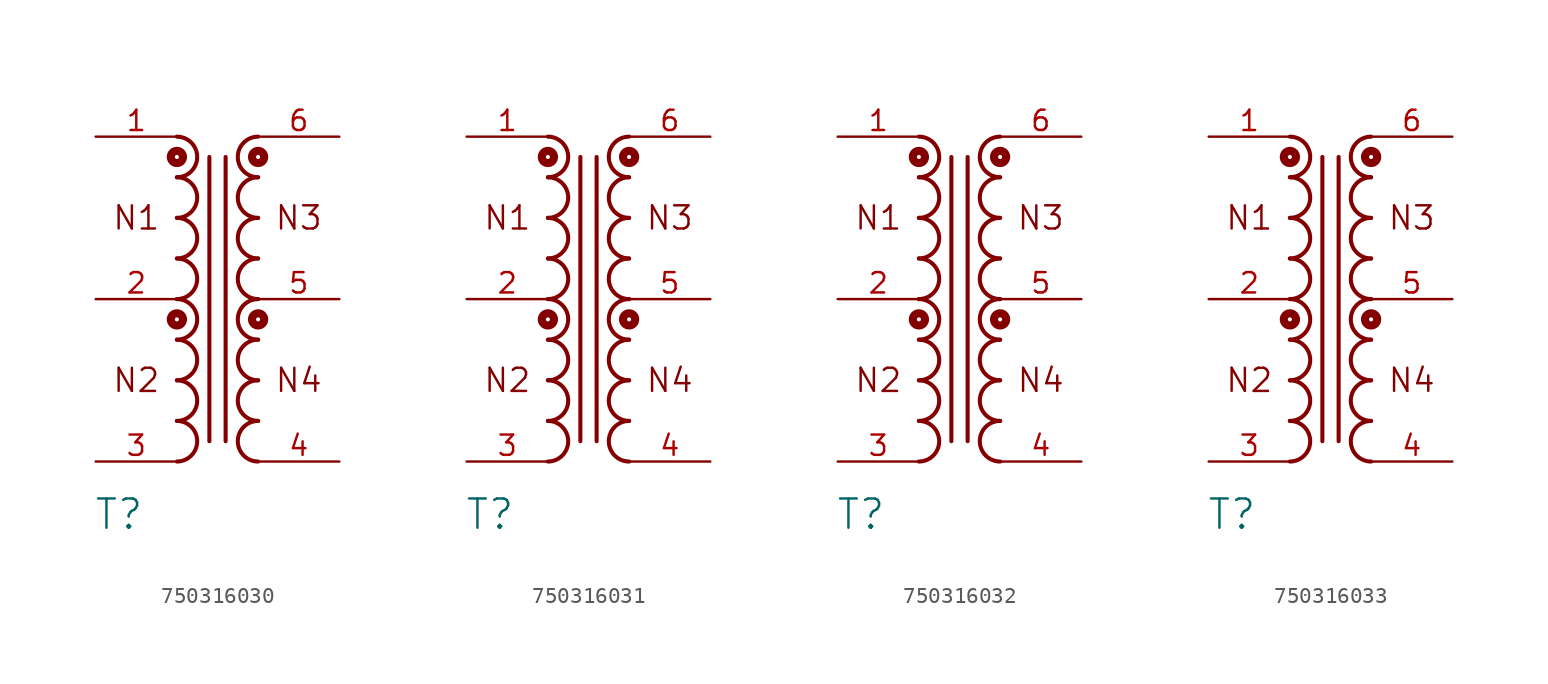
<source format=kicad_sym>
(kicad_symbol_lib
  (version 20231120)
  (generator "kicad_symbol_editor")
  (generator_version "8.0")
  (symbol "750316030"
    (property "Reference" "T"
      (at 1.457 -23.622 0)
      (effects (font (size 1.829 1.829))))
    (symbol "750316030_1_0"
      (polyline (pts (xy 7.112 -1.27) (xy 7.112 -19.05)) (stroke (width 0.254) (type solid)) (fill (type none)))
      (polyline (pts (xy 8.128 -1.27) (xy 8.128 -19.05)) (stroke (width 0.254) (type solid)) (fill (type none)))
      (arc (start 5.08 -20.32) (mid 6.35 -19.05) (end 5.08 -17.78) (stroke (width 0.254) (type solid)) (fill (type none)))
      (arc (start 5.08 -17.78) (mid 6.35 -16.51) (end 5.08 -15.24) (stroke (width 0.254) (type solid)) (fill (type none)))
      (arc (start 5.08 -15.24) (mid 6.35 -13.97) (end 5.08 -12.7) (stroke (width 0.254) (type solid)) (fill (type none)))
      (arc (start 5.08 -12.7) (mid 6.35 -11.43) (end 5.08 -10.16) (stroke (width 0.254) (type solid)) (fill (type none)))
      (circle (center 5.08 -11.43) (radius 0.127) (stroke (width 0.508) (type solid)) (fill (type none)))
      (arc (start 5.08 -10.16) (mid 6.35 -8.89) (end 5.08 -7.62) (stroke (width 0.254) (type solid)) (fill (type none)))
      (arc (start 5.08 -7.62) (mid 6.35 -6.35) (end 5.08 -5.08) (stroke (width 0.254) (type solid)) (fill (type none)))
      (arc (start 5.08 -5.08) (mid 6.35 -3.81) (end 5.08 -2.54) (stroke (width 0.254) (type solid)) (fill (type none)))
      (arc (start 5.08 -2.54) (mid 6.35 -1.27) (end 5.08 0) (stroke (width 0.254) (type solid)) (fill (type none)))
      (circle (center 5.08 -1.27) (radius 0.127) (stroke (width 0.508) (type solid)) (fill (type none)))
      (arc (start 10.16 -17.78) (mid 8.89 -19.05) (end 10.16 -20.32) (stroke (width 0.254) (type solid)) (fill (type none)))
      (arc (start 10.16 -15.24) (mid 8.89 -16.51) (end 10.16 -17.78) (stroke (width 0.254) (type solid)) (fill (type none)))
      (arc (start 10.16 -12.7) (mid 8.89 -13.97) (end 10.16 -15.24) (stroke (width 0.254) (type solid)) (fill (type none)))
      (circle (center 10.16 -11.43) (radius 0.127) (stroke (width 0.508) (type solid)) (fill (type none)))
      (arc (start 10.16 -10.16) (mid 8.89 -11.43) (end 10.16 -12.7) (stroke (width 0.254) (type solid)) (fill (type none)))
      (arc (start 10.16 -7.62) (mid 8.89 -8.89) (end 10.16 -10.16) (stroke (width 0.254) (type solid)) (fill (type none)))
      (arc (start 10.16 -5.08) (mid 8.89 -6.35) (end 10.16 -7.62) (stroke (width 0.254) (type solid)) (fill (type none)))
      (arc (start 10.16 -2.54) (mid 8.89 -3.81) (end 10.16 -5.08) (stroke (width 0.254) (type solid)) (fill (type none)))
      (circle (center 10.16 -1.27) (radius 0.127) (stroke (width 0.508) (type solid)) (fill (type none)))
      (arc (start 10.16 0) (mid 8.89 -1.27) (end 10.16 -2.54) (stroke (width 0.254) (type solid)) (fill (type none)))
      (text "N1" (at 2.54 -5.08 0) (effects (font (size 1.448 1.448))))
      (text "N2" (at 2.54 -15.24 0) (effects (font (size 1.448 1.448))))
      (text "N3" (at 12.7 -5.08 0) (effects (font (size 1.448 1.448))))
      (text "N4" (at 12.7 -15.24 0) (effects (font (size 1.448 1.448))))
      (pin passive line (at 0 0 0) (length 5.08) (name "1" (effects (font (size 0 0)))) (number "1" (effects (font (size 1.27 1.27)))))
      (pin passive line (at 0 -10.16 0) (length 5.08) (name "2" (effects (font (size 0 0)))) (number "2" (effects (font (size 1.27 1.27)))))
      (pin passive line (at 0 -20.32 0) (length 5.08) (name "3" (effects (font (size 0 0)))) (number "3" (effects (font (size 1.27 1.27)))))
      (pin passive line (at 15.24 -20.32 180) (length 5.08) (name "4" (effects (font (size 0 0)))) (number "4" (effects (font (size 1.27 1.27)))))
      (pin passive line (at 15.24 -10.16 180) (length 5.08) (name "5" (effects (font (size 0 0)))) (number "5" (effects (font (size 1.27 1.27)))))
      (pin passive line (at 15.24 0 180) (length 5.08) (name "6" (effects (font (size 0 0)))) (number "6" (effects (font (size 1.27 1.27)))))))
  (symbol "750316031"
    (property "Reference" "T"
      (at 1.457 -23.622 0)
      (effects (font (size 1.829 1.829))))
    (symbol "750316031_1_0"
      (polyline (pts (xy 7.112 -1.27) (xy 7.112 -19.05)) (stroke (width 0.254) (type solid)) (fill (type none)))
      (polyline (pts (xy 8.128 -1.27) (xy 8.128 -19.05)) (stroke (width 0.254) (type solid)) (fill (type none)))
      (arc (start 5.08 -20.32) (mid 6.35 -19.05) (end 5.08 -17.78) (stroke (width 0.254) (type solid)) (fill (type none)))
      (arc (start 5.08 -17.78) (mid 6.35 -16.51) (end 5.08 -15.24) (stroke (width 0.254) (type solid)) (fill (type none)))
      (arc (start 5.08 -15.24) (mid 6.35 -13.97) (end 5.08 -12.7) (stroke (width 0.254) (type solid)) (fill (type none)))
      (arc (start 5.08 -12.7) (mid 6.35 -11.43) (end 5.08 -10.16) (stroke (width 0.254) (type solid)) (fill (type none)))
      (circle (center 5.08 -11.43) (radius 0.127) (stroke (width 0.508) (type solid)) (fill (type none)))
      (arc (start 5.08 -10.16) (mid 6.35 -8.89) (end 5.08 -7.62) (stroke (width 0.254) (type solid)) (fill (type none)))
      (arc (start 5.08 -7.62) (mid 6.35 -6.35) (end 5.08 -5.08) (stroke (width 0.254) (type solid)) (fill (type none)))
      (arc (start 5.08 -5.08) (mid 6.35 -3.81) (end 5.08 -2.54) (stroke (width 0.254) (type solid)) (fill (type none)))
      (arc (start 5.08 -2.54) (mid 6.35 -1.27) (end 5.08 0) (stroke (width 0.254) (type solid)) (fill (type none)))
      (circle (center 5.08 -1.27) (radius 0.127) (stroke (width 0.508) (type solid)) (fill (type none)))
      (arc (start 10.16 -17.78) (mid 8.89 -19.05) (end 10.16 -20.32) (stroke (width 0.254) (type solid)) (fill (type none)))
      (arc (start 10.16 -15.24) (mid 8.89 -16.51) (end 10.16 -17.78) (stroke (width 0.254) (type solid)) (fill (type none)))
      (arc (start 10.16 -12.7) (mid 8.89 -13.97) (end 10.16 -15.24) (stroke (width 0.254) (type solid)) (fill (type none)))
      (circle (center 10.16 -11.43) (radius 0.127) (stroke (width 0.508) (type solid)) (fill (type none)))
      (arc (start 10.16 -10.16) (mid 8.89 -11.43) (end 10.16 -12.7) (stroke (width 0.254) (type solid)) (fill (type none)))
      (arc (start 10.16 -7.62) (mid 8.89 -8.89) (end 10.16 -10.16) (stroke (width 0.254) (type solid)) (fill (type none)))
      (arc (start 10.16 -5.08) (mid 8.89 -6.35) (end 10.16 -7.62) (stroke (width 0.254) (type solid)) (fill (type none)))
      (arc (start 10.16 -2.54) (mid 8.89 -3.81) (end 10.16 -5.08) (stroke (width 0.254) (type solid)) (fill (type none)))
      (circle (center 10.16 -1.27) (radius 0.127) (stroke (width 0.508) (type solid)) (fill (type none)))
      (arc (start 10.16 0) (mid 8.89 -1.27) (end 10.16 -2.54) (stroke (width 0.254) (type solid)) (fill (type none)))
      (text "N1" (at 2.54 -5.08 0) (effects (font (size 1.448 1.448))))
      (text "N2" (at 2.54 -15.24 0) (effects (font (size 1.448 1.448))))
      (text "N3" (at 12.7 -5.08 0) (effects (font (size 1.448 1.448))))
      (text "N4" (at 12.7 -15.24 0) (effects (font (size 1.448 1.448))))
      (pin passive line (at 0 0 0) (length 5.08) (name "1" (effects (font (size 0 0)))) (number "1" (effects (font (size 1.27 1.27)))))
      (pin passive line (at 0 -10.16 0) (length 5.08) (name "2" (effects (font (size 0 0)))) (number "2" (effects (font (size 1.27 1.27)))))
      (pin passive line (at 0 -20.32 0) (length 5.08) (name "3" (effects (font (size 0 0)))) (number "3" (effects (font (size 1.27 1.27)))))
      (pin passive line (at 15.24 -20.32 180) (length 5.08) (name "4" (effects (font (size 0 0)))) (number "4" (effects (font (size 1.27 1.27)))))
      (pin passive line (at 15.24 -10.16 180) (length 5.08) (name "5" (effects (font (size 0 0)))) (number "5" (effects (font (size 1.27 1.27)))))
      (pin passive line (at 15.24 0 180) (length 5.08) (name "6" (effects (font (size 0 0)))) (number "6" (effects (font (size 1.27 1.27)))))))
  (symbol "750316032"
    (property "Reference" "T"
      (at 1.457 -23.622 0)
      (effects (font (size 1.829 1.829))))
    (symbol "750316032_1_0"
      (polyline (pts (xy 7.112 -1.27) (xy 7.112 -19.05)) (stroke (width 0.254) (type solid)) (fill (type none)))
      (polyline (pts (xy 8.128 -1.27) (xy 8.128 -19.05)) (stroke (width 0.254) (type solid)) (fill (type none)))
      (arc (start 5.08 -20.32) (mid 6.35 -19.05) (end 5.08 -17.78) (stroke (width 0.254) (type solid)) (fill (type none)))
      (arc (start 5.08 -17.78) (mid 6.35 -16.51) (end 5.08 -15.24) (stroke (width 0.254) (type solid)) (fill (type none)))
      (arc (start 5.08 -15.24) (mid 6.35 -13.97) (end 5.08 -12.7) (stroke (width 0.254) (type solid)) (fill (type none)))
      (arc (start 5.08 -12.7) (mid 6.35 -11.43) (end 5.08 -10.16) (stroke (width 0.254) (type solid)) (fill (type none)))
      (circle (center 5.08 -11.43) (radius 0.127) (stroke (width 0.508) (type solid)) (fill (type none)))
      (arc (start 5.08 -10.16) (mid 6.35 -8.89) (end 5.08 -7.62) (stroke (width 0.254) (type solid)) (fill (type none)))
      (arc (start 5.08 -7.62) (mid 6.35 -6.35) (end 5.08 -5.08) (stroke (width 0.254) (type solid)) (fill (type none)))
      (arc (start 5.08 -5.08) (mid 6.35 -3.81) (end 5.08 -2.54) (stroke (width 0.254) (type solid)) (fill (type none)))
      (arc (start 5.08 -2.54) (mid 6.35 -1.27) (end 5.08 0) (stroke (width 0.254) (type solid)) (fill (type none)))
      (circle (center 5.08 -1.27) (radius 0.127) (stroke (width 0.508) (type solid)) (fill (type none)))
      (arc (start 10.16 -17.78) (mid 8.89 -19.05) (end 10.16 -20.32) (stroke (width 0.254) (type solid)) (fill (type none)))
      (arc (start 10.16 -15.24) (mid 8.89 -16.51) (end 10.16 -17.78) (stroke (width 0.254) (type solid)) (fill (type none)))
      (arc (start 10.16 -12.7) (mid 8.89 -13.97) (end 10.16 -15.24) (stroke (width 0.254) (type solid)) (fill (type none)))
      (circle (center 10.16 -11.43) (radius 0.127) (stroke (width 0.508) (type solid)) (fill (type none)))
      (arc (start 10.16 -10.16) (mid 8.89 -11.43) (end 10.16 -12.7) (stroke (width 0.254) (type solid)) (fill (type none)))
      (arc (start 10.16 -7.62) (mid 8.89 -8.89) (end 10.16 -10.16) (stroke (width 0.254) (type solid)) (fill (type none)))
      (arc (start 10.16 -5.08) (mid 8.89 -6.35) (end 10.16 -7.62) (stroke (width 0.254) (type solid)) (fill (type none)))
      (arc (start 10.16 -2.54) (mid 8.89 -3.81) (end 10.16 -5.08) (stroke (width 0.254) (type solid)) (fill (type none)))
      (circle (center 10.16 -1.27) (radius 0.127) (stroke (width 0.508) (type solid)) (fill (type none)))
      (arc (start 10.16 0) (mid 8.89 -1.27) (end 10.16 -2.54) (stroke (width 0.254) (type solid)) (fill (type none)))
      (text "N1" (at 2.54 -5.08 0) (effects (font (size 1.448 1.448))))
      (text "N2" (at 2.54 -15.24 0) (effects (font (size 1.448 1.448))))
      (text "N3" (at 12.7 -5.08 0) (effects (font (size 1.448 1.448))))
      (text "N4" (at 12.7 -15.24 0) (effects (font (size 1.448 1.448))))
      (pin passive line (at 0 0 0) (length 5.08) (name "1" (effects (font (size 0 0)))) (number "1" (effects (font (size 1.27 1.27)))))
      (pin passive line (at 0 -10.16 0) (length 5.08) (name "2" (effects (font (size 0 0)))) (number "2" (effects (font (size 1.27 1.27)))))
      (pin passive line (at 0 -20.32 0) (length 5.08) (name "3" (effects (font (size 0 0)))) (number "3" (effects (font (size 1.27 1.27)))))
      (pin passive line (at 15.24 -20.32 180) (length 5.08) (name "4" (effects (font (size 0 0)))) (number "4" (effects (font (size 1.27 1.27)))))
      (pin passive line (at 15.24 -10.16 180) (length 5.08) (name "5" (effects (font (size 0 0)))) (number "5" (effects (font (size 1.27 1.27)))))
      (pin passive line (at 15.24 0 180) (length 5.08) (name "6" (effects (font (size 0 0)))) (number "6" (effects (font (size 1.27 1.27)))))))
  (symbol "750316033"
    (property "Reference" "T"
      (at 1.457 -23.622 0)
      (effects (font (size 1.829 1.829))))
    (symbol "750316033_1_0"
      (polyline (pts (xy 7.112 -1.27) (xy 7.112 -19.05)) (stroke (width 0.254) (type solid)) (fill (type none)))
      (polyline (pts (xy 8.128 -1.27) (xy 8.128 -19.05)) (stroke (width 0.254) (type solid)) (fill (type none)))
      (arc (start 5.08 -20.32) (mid 6.35 -19.05) (end 5.08 -17.78) (stroke (width 0.254) (type solid)) (fill (type none)))
      (arc (start 5.08 -17.78) (mid 6.35 -16.51) (end 5.08 -15.24) (stroke (width 0.254) (type solid)) (fill (type none)))
      (arc (start 5.08 -15.24) (mid 6.35 -13.97) (end 5.08 -12.7) (stroke (width 0.254) (type solid)) (fill (type none)))
      (arc (start 5.08 -12.7) (mid 6.35 -11.43) (end 5.08 -10.16) (stroke (width 0.254) (type solid)) (fill (type none)))
      (circle (center 5.08 -11.43) (radius 0.127) (stroke (width 0.508) (type solid)) (fill (type none)))
      (arc (start 5.08 -10.16) (mid 6.35 -8.89) (end 5.08 -7.62) (stroke (width 0.254) (type solid)) (fill (type none)))
      (arc (start 5.08 -7.62) (mid 6.35 -6.35) (end 5.08 -5.08) (stroke (width 0.254) (type solid)) (fill (type none)))
      (arc (start 5.08 -5.08) (mid 6.35 -3.81) (end 5.08 -2.54) (stroke (width 0.254) (type solid)) (fill (type none)))
      (arc (start 5.08 -2.54) (mid 6.35 -1.27) (end 5.08 0) (stroke (width 0.254) (type solid)) (fill (type none)))
      (circle (center 5.08 -1.27) (radius 0.127) (stroke (width 0.508) (type solid)) (fill (type none)))
      (arc (start 10.16 -17.78) (mid 8.89 -19.05) (end 10.16 -20.32) (stroke (width 0.254) (type solid)) (fill (type none)))
      (arc (start 10.16 -15.24) (mid 8.89 -16.51) (end 10.16 -17.78) (stroke (width 0.254) (type solid)) (fill (type none)))
      (arc (start 10.16 -12.7) (mid 8.89 -13.97) (end 10.16 -15.24) (stroke (width 0.254) (type solid)) (fill (type none)))
      (circle (center 10.16 -11.43) (radius 0.127) (stroke (width 0.508) (type solid)) (fill (type none)))
      (arc (start 10.16 -10.16) (mid 8.89 -11.43) (end 10.16 -12.7) (stroke (width 0.254) (type solid)) (fill (type none)))
      (arc (start 10.16 -7.62) (mid 8.89 -8.89) (end 10.16 -10.16) (stroke (width 0.254) (type solid)) (fill (type none)))
      (arc (start 10.16 -5.08) (mid 8.89 -6.35) (end 10.16 -7.62) (stroke (width 0.254) (type solid)) (fill (type none)))
      (arc (start 10.16 -2.54) (mid 8.89 -3.81) (end 10.16 -5.08) (stroke (width 0.254) (type solid)) (fill (type none)))
      (circle (center 10.16 -1.27) (radius 0.127) (stroke (width 0.508) (type solid)) (fill (type none)))
      (arc (start 10.16 0) (mid 8.89 -1.27) (end 10.16 -2.54) (stroke (width 0.254) (type solid)) (fill (type none)))
      (text "N1" (at 2.54 -5.08 0) (effects (font (size 1.448 1.448))))
      (text "N2" (at 2.54 -15.24 0) (effects (font (size 1.448 1.448))))
      (text "N3" (at 12.7 -5.08 0) (effects (font (size 1.448 1.448))))
      (text "N4" (at 12.7 -15.24 0) (effects (font (size 1.448 1.448))))
      (pin passive line (at 0 0 0) (length 5.08) (name "1" (effects (font (size 0 0)))) (number "1" (effects (font (size 1.27 1.27)))))
      (pin passive line (at 0 -10.16 0) (length 5.08) (name "2" (effects (font (size 0 0)))) (number "2" (effects (font (size 1.27 1.27)))))
      (pin passive line (at 0 -20.32 0) (length 5.08) (name "3" (effects (font (size 0 0)))) (number "3" (effects (font (size 1.27 1.27)))))
      (pin passive line (at 15.24 -20.32 180) (length 5.08) (name "4" (effects (font (size 0 0)))) (number "4" (effects (font (size 1.27 1.27)))))
      (pin passive line (at 15.24 -10.16 180) (length 5.08) (name "5" (effects (font (size 0 0)))) (number "5" (effects (font (size 1.27 1.27)))))
      (pin passive line (at 15.24 0 180) (length 5.08) (name "6" (effects (font (size 0 0)))) (number "6" (effects (font (size 1.27 1.27))))))))
</source>
